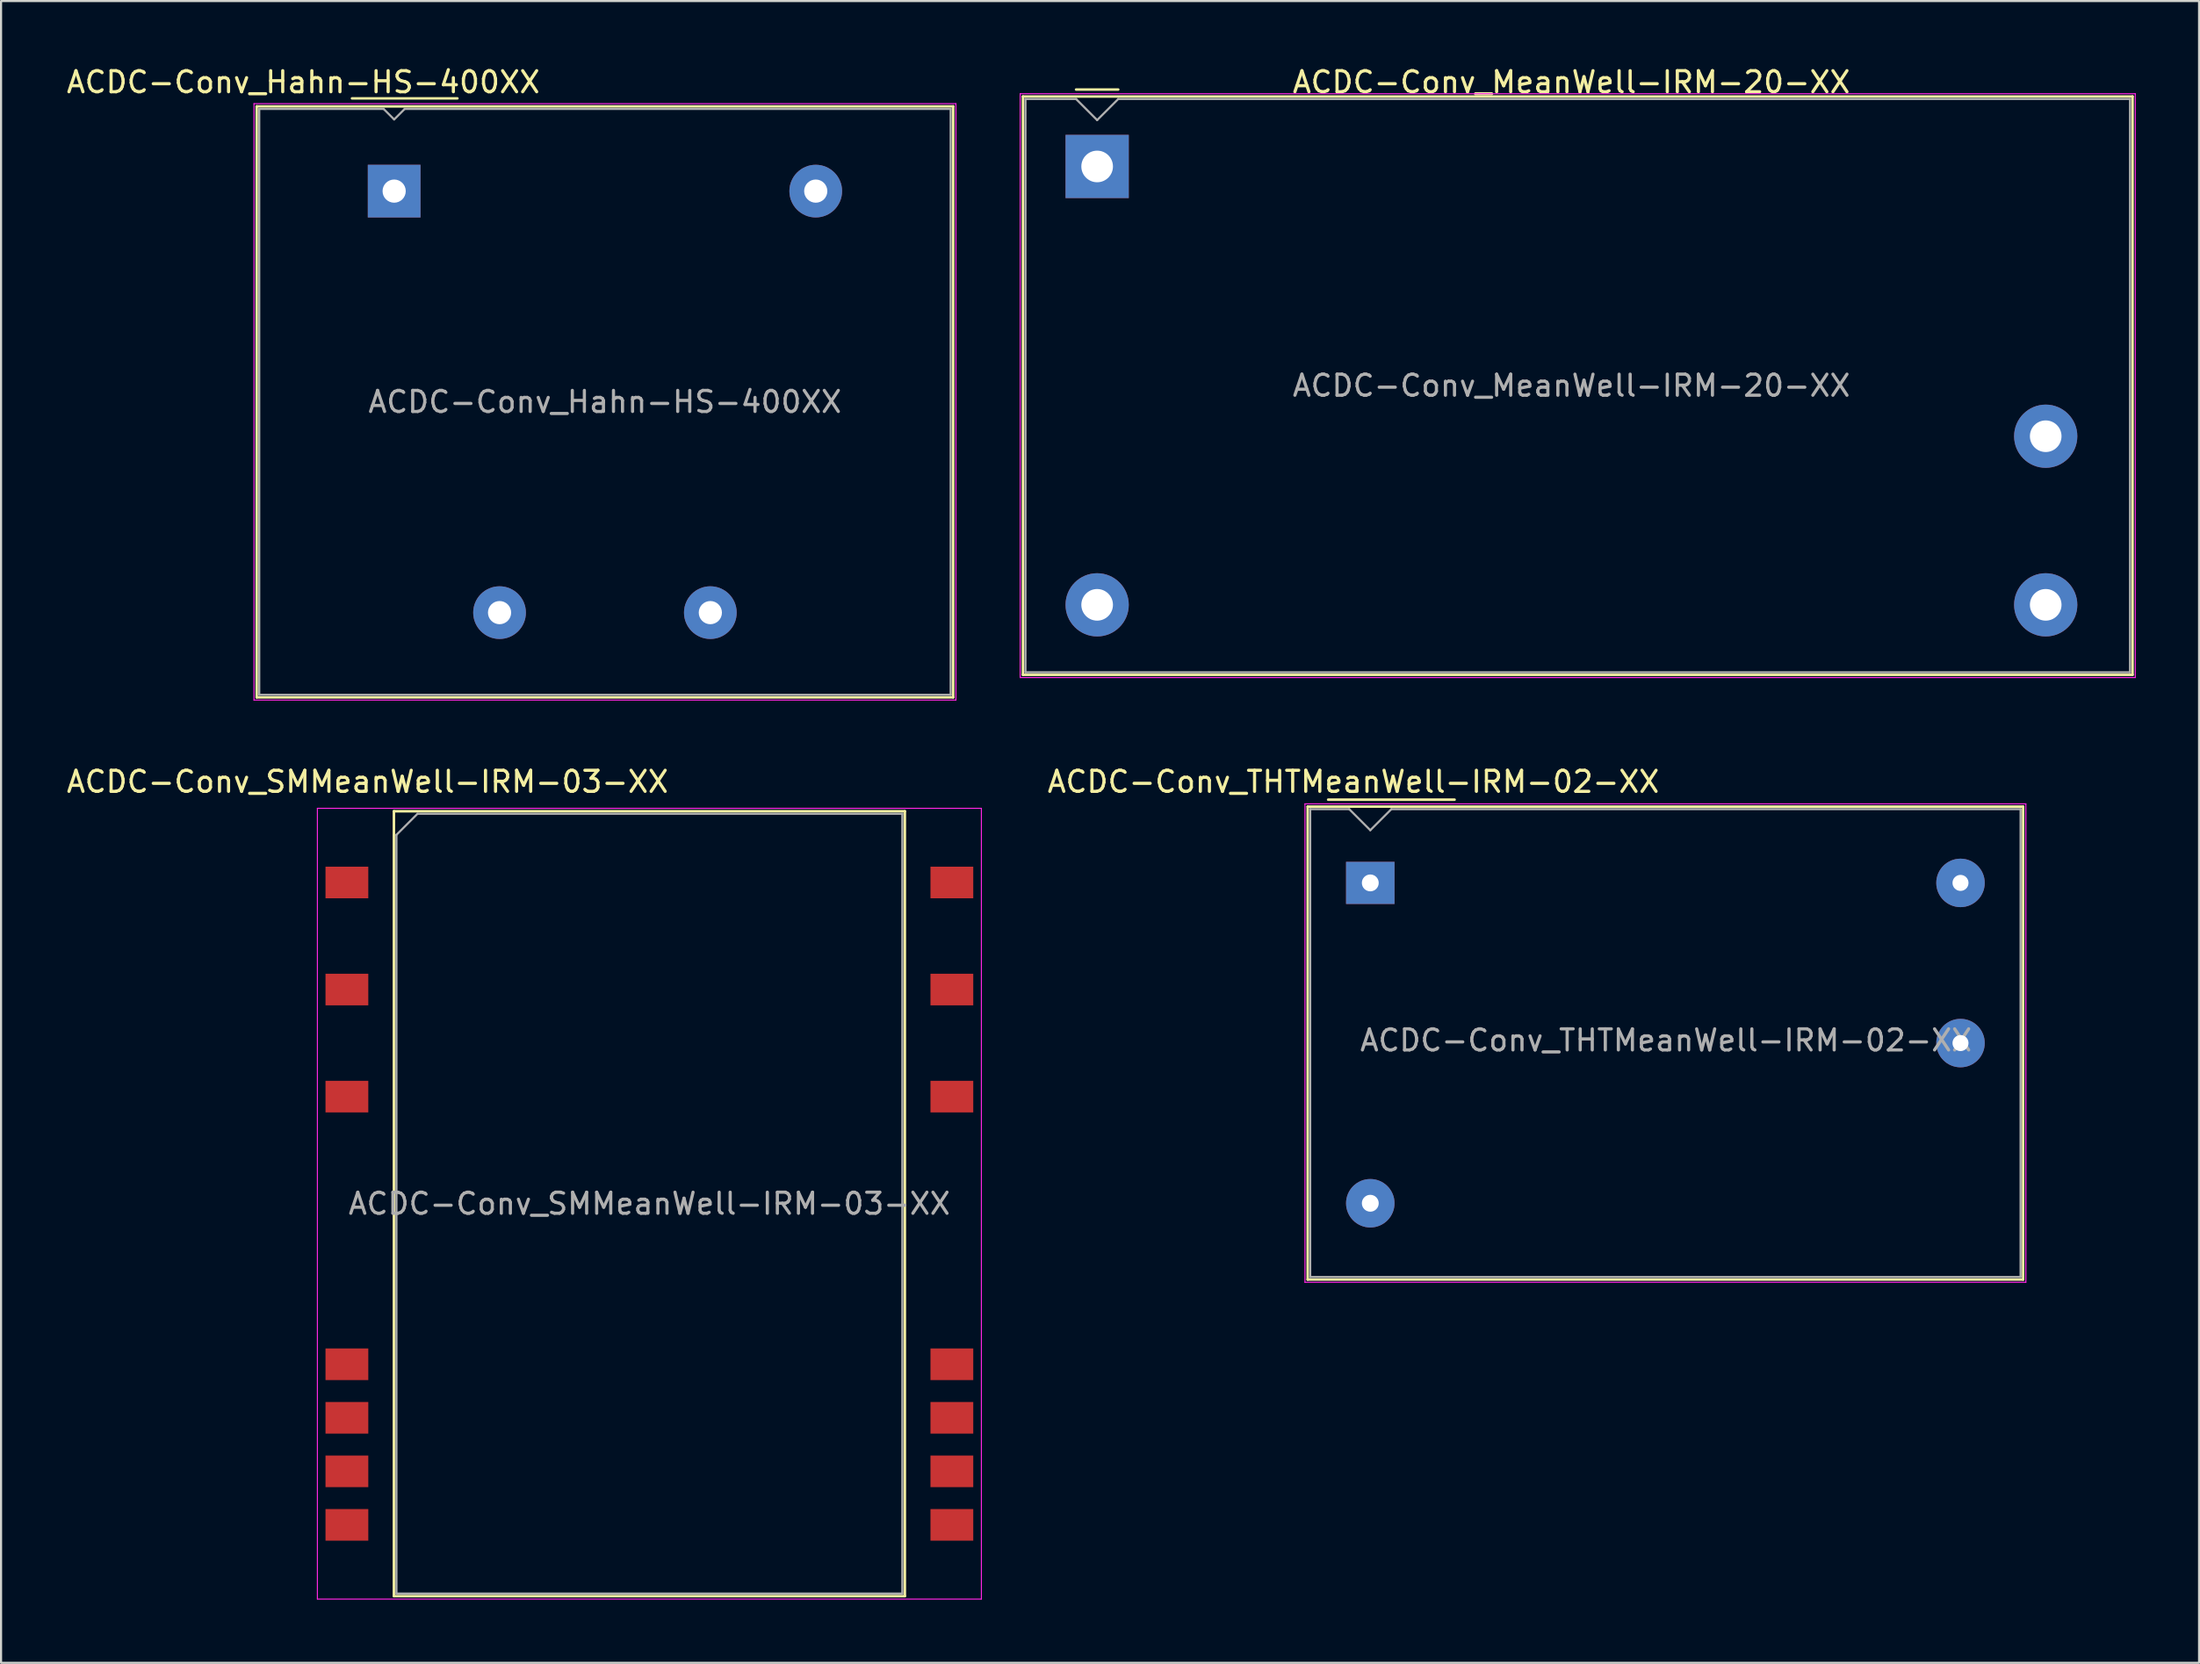
<source format=kicad_pcb>
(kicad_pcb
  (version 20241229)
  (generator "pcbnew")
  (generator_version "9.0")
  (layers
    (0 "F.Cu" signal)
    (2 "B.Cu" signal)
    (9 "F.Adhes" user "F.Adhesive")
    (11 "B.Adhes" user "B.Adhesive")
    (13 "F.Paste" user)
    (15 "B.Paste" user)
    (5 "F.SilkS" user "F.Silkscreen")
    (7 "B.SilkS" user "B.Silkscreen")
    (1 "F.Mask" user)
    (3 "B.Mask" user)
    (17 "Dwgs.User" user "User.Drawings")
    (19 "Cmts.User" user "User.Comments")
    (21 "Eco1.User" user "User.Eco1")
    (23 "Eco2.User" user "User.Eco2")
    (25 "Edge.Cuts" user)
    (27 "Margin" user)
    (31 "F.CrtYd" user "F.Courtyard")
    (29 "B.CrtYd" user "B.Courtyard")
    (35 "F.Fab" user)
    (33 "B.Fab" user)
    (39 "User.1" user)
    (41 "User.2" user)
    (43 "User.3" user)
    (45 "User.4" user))
  (footprint "ACDC-Conv_Hahn-HS-400XX"
    (layer "F.Cu")
    (at 15.649 6.018)
    (property "Reference" "ACDC-Conv_Hahn-HS-400XX" (at -4.31 -5.17 180) (layer "F.SilkS") (effects (font (size 1 1) (thickness 0.15))))
    (attr through_hole)
    (fp_line (start -6.52 -4.02) (end 26.52 -4.02) (stroke (width 0.12) (type solid)) (layer "F.SilkS"))
    (fp_line (start -6.52 24.02) (end -6.52 -4.02) (stroke (width 0.12) (type solid)) (layer "F.SilkS"))
    (fp_line (start -2 -4.4) (end 3 -4.4) (stroke (width 0.12) (type solid)) (layer "F.SilkS"))
    (fp_line (start 26.52 -4.02) (end 26.52 24.02) (stroke (width 0.12) (type solid)) (layer "F.SilkS"))
    (fp_line (start 26.52 24.02) (end -6.52 24.02) (stroke (width 0.12) (type solid)) (layer "F.SilkS"))
    (fp_line (start -6.65 -4.15) (end 26.65 -4.15) (stroke (width 0.05) (type solid)) (layer "F.CrtYd"))
    (fp_line (start -6.65 24.15) (end -6.65 -4.15) (stroke (width 0.05) (type solid)) (layer "F.CrtYd"))
    (fp_line (start 26.65 -4.15) (end 26.65 24.15) (stroke (width 0.05) (type solid)) (layer "F.CrtYd"))
    (fp_line (start 26.65 24.15) (end -6.65 24.15) (stroke (width 0.05) (type solid)) (layer "F.CrtYd"))
    (fp_line (start -6.4 -3.9) (end -6.4 23.9) (stroke (width 0.1) (type solid)) (layer "F.Fab"))
    (fp_line (start -6.4 -3.9) (end -0.5 -3.9) (stroke (width 0.1) (type solid)) (layer "F.Fab"))
    (fp_line (start -6.4 23.9) (end 26.4 23.9) (stroke (width 0.1) (type solid)) (layer "F.Fab"))
    (fp_line (start -0.5 -3.9) (end 0 -3.4) (stroke (width 0.1) (type solid)) (layer "F.Fab"))
    (fp_line (start 0 -3.4) (end 0.5 -3.9) (stroke (width 0.1) (type solid)) (layer "F.Fab"))
    (fp_line (start 0.5 -3.9) (end 26.4 -3.9) (stroke (width 0.1) (type solid)) (layer "F.Fab"))
    (fp_line (start 26.4 -3.9) (end 26.4 23.9) (stroke (width 0.1) (type solid)) (layer "F.Fab"))
    (fp_text user "${REFERENCE}" (at 10 10 0) (layer "F.Fab") (effects (font (size 1 1) (thickness 0.15))))
    (pad "1" thru_hole rect (at 0 0 270) (size 2.5 2.5) (drill 1.1) (layers "*.Cu" "*.Mask"))
    (pad "5" thru_hole circle (at 20 0 270) (size 2.5 2.5) (drill 1.1) (layers "*.Cu" "*.Mask"))
    (pad "7" thru_hole circle (at 15 20 270) (size 2.5 2.5) (drill 1.1) (layers "*.Cu" "*.Mask"))
    (pad "9" thru_hole circle (at 5 20 270) (size 2.5 2.5) (drill 1.1) (layers "*.Cu" "*.Mask")))
  (footprint "ACDC-Conv_SMMeanWell-IRM-03-XX"
    (layer "F.Cu")
    (at 27.757 54.062)
    (property "Reference" "ACDC-Conv_SMMeanWell-IRM-03-XX" (at -13.37 -20.02 0) (layer "F.SilkS") (effects (font (size 1 1) (thickness 0.15))))
    (attr smd)
    (fp_line (start -12.12 -18.62) (end 12.12 -18.62) (stroke (width 0.12) (type solid)) (layer "F.SilkS"))
    (fp_line (start -12.12 18.62) (end -12.12 -18.62) (stroke (width 0.12) (type solid)) (layer "F.SilkS"))
    (fp_line (start 12.12 -18.62) (end 12.12 18.62) (stroke (width 0.12) (type solid)) (layer "F.SilkS"))
    (fp_line (start 12.12 18.62) (end -12.12 18.62) (stroke (width 0.12) (type solid)) (layer "F.SilkS"))
    (fp_line (start -15.75 -18.76) (end -15.75 18.76) (stroke (width 0.05) (type solid)) (layer "F.CrtYd"))
    (fp_line (start -15.75 18.76) (end 15.75 18.76) (stroke (width 0.05) (type solid)) (layer "F.CrtYd"))
    (fp_line (start 15.75 -18.76) (end -15.75 -18.76) (stroke (width 0.05) (type solid)) (layer "F.CrtYd"))
    (fp_line (start 15.75 18.76) (end 15.75 -18.76) (stroke (width 0.05) (type solid)) (layer "F.CrtYd"))
    (fp_line (start -12 -17.5) (end -12 18.5) (stroke (width 0.1) (type solid)) (layer "F.Fab"))
    (fp_line (start -12 -17.5) (end -11 -18.5) (stroke (width 0.1) (type solid)) (layer "F.Fab"))
    (fp_line (start -12 18.5) (end 12 18.5) (stroke (width 0.1) (type solid)) (layer "F.Fab"))
    (fp_line (start 12 -18.5) (end -11 -18.5) (stroke (width 0.1) (type solid)) (layer "F.Fab"))
    (fp_line (start 12 18.5) (end 12 -18.5) (stroke (width 0.1) (type solid)) (layer "F.Fab"))
    (fp_text user "${REFERENCE}" (at 0 0 0) (layer "F.Fab") (effects (font (size 1 1) (thickness 0.15))))
    (pad "1" smd rect (at -14.35 -15.24 270) (size 1.5 2.03) (layers "F.Cu" "F.Mask" "F.Paste"))
    (pad "3" smd rect (at -14.35 -10.16 270) (size 1.5 2.03) (layers "F.Cu" "F.Mask" "F.Paste"))
    (pad "5" smd rect (at -14.35 -5.08 270) (size 1.5 2.03) (layers "F.Cu" "F.Mask" "F.Paste"))
    (pad "10" smd rect (at -14.35 7.62 270) (size 1.5 2.03) (layers "F.Cu" "F.Mask" "F.Paste"))
    (pad "11" smd rect (at -14.35 10.16 270) (size 1.5 2.03) (layers "F.Cu" "F.Mask" "F.Paste"))
    (pad "12" smd rect (at -14.35 12.7 270) (size 1.5 2.03) (layers "F.Cu" "F.Mask" "F.Paste"))
    (pad "13" smd rect (at -14.35 15.24 270) (size 1.5 2.03) (layers "F.Cu" "F.Mask" "F.Paste"))
    (pad "14" smd rect (at 14.35 15.24 270) (size 1.5 2.03) (layers "F.Cu" "F.Mask" "F.Paste"))
    (pad "15" smd rect (at 14.35 12.7 270) (size 1.5 2.03) (layers "F.Cu" "F.Mask" "F.Paste"))
    (pad "16" smd rect (at 14.35 10.16 270) (size 1.5 2.03) (layers "F.Cu" "F.Mask" "F.Paste"))
    (pad "17" smd rect (at 14.35 7.62 270) (size 1.5 2.03) (layers "F.Cu" "F.Mask" "F.Paste"))
    (pad "22" smd rect (at 14.35 -5.08 270) (size 1.5 2.03) (layers "F.Cu" "F.Mask" "F.Paste"))
    (pad "24" smd rect (at 14.35 -10.16 270) (size 1.5 2.03) (layers "F.Cu" "F.Mask" "F.Paste"))
    (pad "26" smd rect (at 14.35 -15.24 270) (size 1.5 2.03) (layers "F.Cu" "F.Mask" "F.Paste")))
  (footprint "ACDC-Conv_THTMeanWell-IRM-02-XX"
    (layer "F.Cu")
    (at 61.957 38.842)
    (property "Reference" "ACDC-Conv_THTMeanWell-IRM-02-XX" (at -0.8 -4.8 0) (layer "F.SilkS") (effects (font (size 1 1) (thickness 0.15))))
    (attr through_hole)
    (fp_line (start -2.97 -3.62) (end 30.97 -3.62) (stroke (width 0.12) (type solid)) (layer "F.SilkS"))
    (fp_line (start -2.97 18.82) (end -2.97 -3.62) (stroke (width 0.12) (type solid)) (layer "F.SilkS"))
    (fp_line (start -2.97 18.82) (end 30.97 18.82) (stroke (width 0.12) (type solid)) (layer "F.SilkS"))
    (fp_line (start -2 -3.95) (end 4 -3.95) (stroke (width 0.12) (type solid)) (layer "F.SilkS"))
    (fp_line (start 30.97 -3.62) (end 30.97 18.82) (stroke (width 0.12) (type solid)) (layer "F.SilkS"))
    (fp_line (start -3.1 -3.75) (end 31.1 -3.75) (stroke (width 0.05) (type solid)) (layer "F.CrtYd"))
    (fp_line (start -3.1 18.95) (end -3.1 -3.75) (stroke (width 0.05) (type solid)) (layer "F.CrtYd"))
    (fp_line (start -3.1 18.95) (end 31.1 18.95) (stroke (width 0.05) (type solid)) (layer "F.CrtYd"))
    (fp_line (start 31.1 18.95) (end 31.1 -3.75) (stroke (width 0.05) (type solid)) (layer "F.CrtYd"))
    (fp_line (start -2.85 18.7) (end -2.85 -3.5) (stroke (width 0.1) (type solid)) (layer "F.Fab"))
    (fp_line (start -2.85 18.7) (end 30.85 18.7) (stroke (width 0.1) (type solid)) (layer "F.Fab"))
    (fp_line (start -1 -3.5) (end -2.85 -3.5) (stroke (width 0.1) (type solid)) (layer "F.Fab"))
    (fp_line (start 0 -2.5) (end -1 -3.5) (stroke (width 0.1) (type solid)) (layer "F.Fab"))
    (fp_line (start 1 -3.5) (end 0 -2.5) (stroke (width 0.1) (type solid)) (layer "F.Fab"))
    (fp_line (start 1 -3.5) (end 30.85 -3.5) (stroke (width 0.1) (type solid)) (layer "F.Fab"))
    (fp_line (start 30.85 18.7) (end 30.85 -3.5) (stroke (width 0.1) (type solid)) (layer "F.Fab"))
    (fp_text user "${REFERENCE}" (at 14.03 7.47 0) (layer "F.Fab") (effects (font (size 1 1) (thickness 0.15))))
    (pad "1" thru_hole rect (at 0 0) (size 2.3 2) (drill 0.8) (layers "*.Cu" "*.Mask"))
    (pad "2" thru_hole circle (at 0 15.2) (size 2.3 2.3) (drill 0.8) (layers "*.Cu" "*.Mask"))
    (pad "3" thru_hole circle (at 28 0) (size 2.3 2.3) (drill 0.76) (layers "*.Cu" "*.Mask"))
    (pad "4" thru_hole circle (at 28 7.6) (size 2.3 2.3) (drill 0.76) (layers "*.Cu" "*.Mask")))
  (footprint "ACDC-Conv_MeanWell-IRM-20-XX"
    (layer "F.Cu")
    (at 48.999 4.848)
    (property "Reference" "ACDC-Conv_MeanWell-IRM-20-XX" (at 22.5 -4 0) (layer "F.SilkS") (effects (font (size 1 1) (thickness 0.15))))
    (attr through_hole)
    (fp_line (start -3.52 -3.32) (end -3.52 24.12) (stroke (width 0.12) (type solid)) (layer "F.SilkS"))
    (fp_line (start -3.52 -3.32) (end 49.12 -3.32) (stroke (width 0.12) (type solid)) (layer "F.SilkS"))
    (fp_line (start -3.52 24.12) (end 49.12 24.12) (stroke (width 0.12) (type solid)) (layer "F.SilkS"))
    (fp_line (start 1 -3.65) (end -1 -3.65) (stroke (width 0.12) (type solid)) (layer "F.SilkS"))
    (fp_line (start 49.12 -3.32) (end 49.12 24.12) (stroke (width 0.12) (type solid)) (layer "F.SilkS"))
    (fp_line (start -3.65 -3.45) (end -3.65 24.25) (stroke (width 0.05) (type solid)) (layer "F.CrtYd"))
    (fp_line (start -3.65 -3.45) (end 49.25 -3.45) (stroke (width 0.05) (type solid)) (layer "F.CrtYd"))
    (fp_line (start -3.65 24.25) (end 49.25 24.25) (stroke (width 0.05) (type solid)) (layer "F.CrtYd"))
    (fp_line (start 49.25 -3.45) (end 49.25 24.25) (stroke (width 0.05) (type solid)) (layer "F.CrtYd"))
    (fp_line (start -3.4 -3.2) (end -3.4 24) (stroke (width 0.1) (type solid)) (layer "F.Fab"))
    (fp_line (start -3.4 24) (end 49 24) (stroke (width 0.1) (type solid)) (layer "F.Fab"))
    (fp_line (start -1 -3.2) (end -3.4 -3.2) (stroke (width 0.1) (type solid)) (layer "F.Fab"))
    (fp_line (start 0 -2.2) (end -1 -3.2) (stroke (width 0.1) (type solid)) (layer "F.Fab"))
    (fp_line (start 1 -3.2) (end 0 -2.2) (stroke (width 0.1) (type solid)) (layer "F.Fab"))
    (fp_line (start 49 -3.2) (end 1 -3.2) (stroke (width 0.1) (type solid)) (layer "F.Fab"))
    (fp_line (start 49 -3.2) (end 49 24) (stroke (width 0.1) (type solid)) (layer "F.Fab"))
    (fp_text user "${REFERENCE}" (at 22.5 10.4 0) (layer "F.Fab") (effects (font (size 1 1) (thickness 0.15))))
    (pad "1" thru_hole rect (at 0 0) (size 3 3) (drill 1.5) (layers "*.Cu" "*.Mask"))
    (pad "2" thru_hole circle (at 0 20.8) (size 3 3) (drill 1.5) (layers "*.Cu" "*.Mask"))
    (pad "3" thru_hole circle (at 45 20.8) (size 3 3) (drill 1.5) (layers "*.Cu" "*.Mask"))
    (pad "4" thru_hole circle (at 45 12.8) (size 3 3) (drill 1.5) (layers "*.Cu" "*.Mask")))
  (gr_rect
    (start -3 -3)
    (end 101.274 75.847)
    (stroke (width 0.1) (type default))
    (fill no)
    (layer "Edge.Cuts")))
</source>
